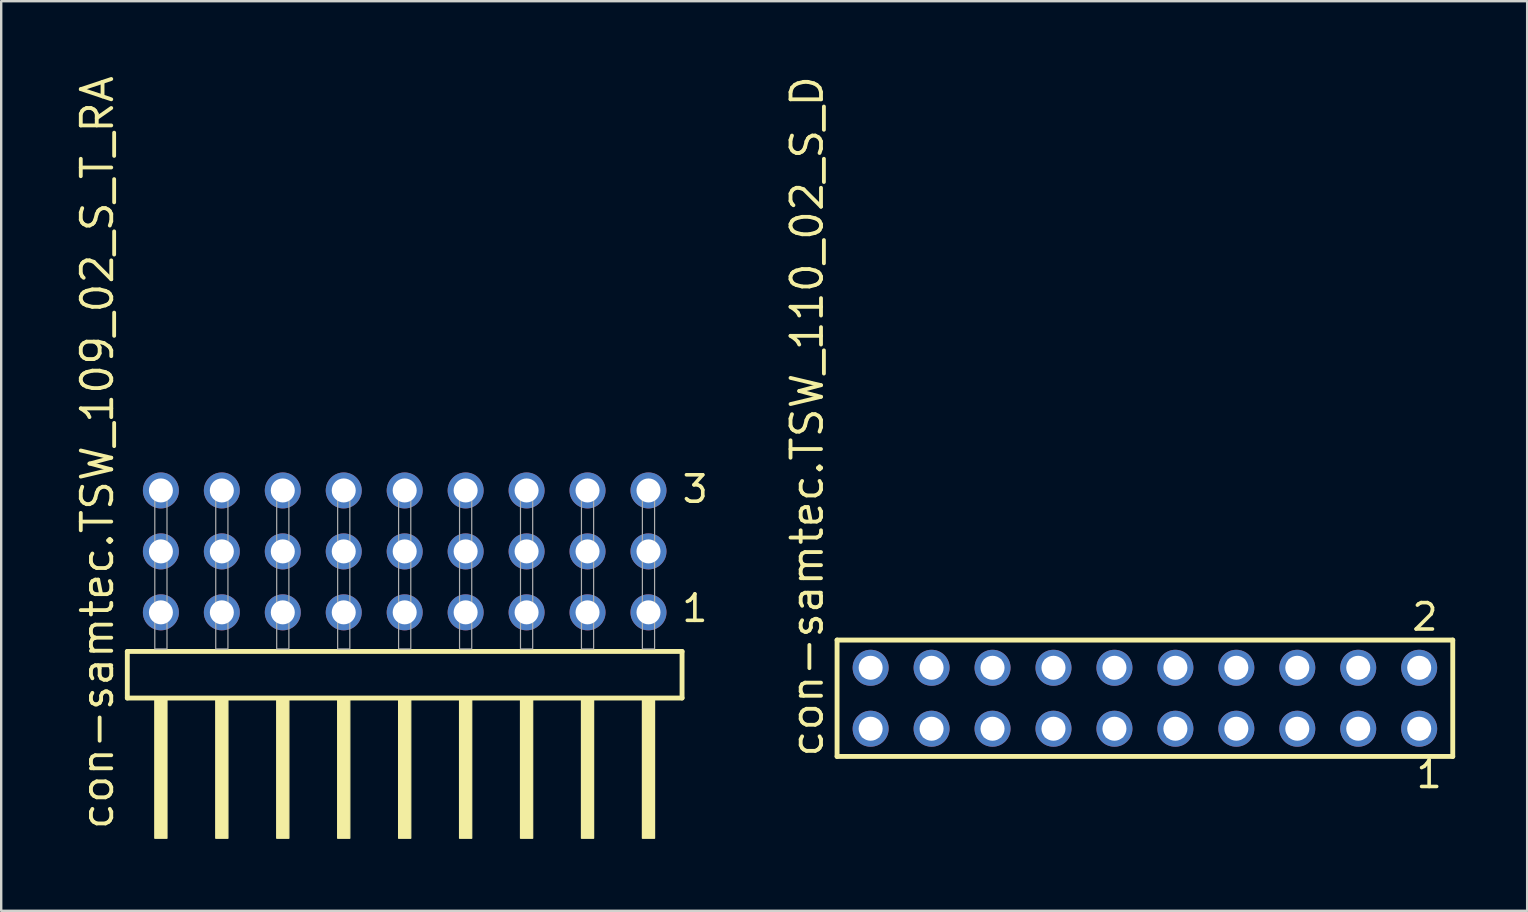
<source format=kicad_pcb>
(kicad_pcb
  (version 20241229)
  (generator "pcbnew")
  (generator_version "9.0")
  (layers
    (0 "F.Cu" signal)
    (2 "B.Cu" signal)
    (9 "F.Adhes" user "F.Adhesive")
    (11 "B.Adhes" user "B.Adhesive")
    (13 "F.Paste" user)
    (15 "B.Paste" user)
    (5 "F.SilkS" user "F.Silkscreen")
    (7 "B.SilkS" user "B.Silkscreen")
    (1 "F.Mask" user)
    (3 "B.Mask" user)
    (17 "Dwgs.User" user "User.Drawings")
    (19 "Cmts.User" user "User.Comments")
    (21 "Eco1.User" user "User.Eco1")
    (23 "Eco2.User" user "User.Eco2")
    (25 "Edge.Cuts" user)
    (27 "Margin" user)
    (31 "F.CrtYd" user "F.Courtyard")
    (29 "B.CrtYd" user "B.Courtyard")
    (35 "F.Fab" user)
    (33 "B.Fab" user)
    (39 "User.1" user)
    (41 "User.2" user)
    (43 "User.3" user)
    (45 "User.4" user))
  (footprint "con-samtec.TSW_110_02_S_D"
    (layer "F.Cu")
    (at 44.663 26.049)
    (property "Reference" "con-samtec.TSW_110_02_S_D" (at -13.335 2.54 90) (layer "F.SilkS") (effects (font (size 1.27 1.27) (thickness 0.16)) (justify left bottom)))
    (attr through_hole)
    (fp_line (start -12.829 -2.425) (end 12.829 -2.425) (stroke (width 0.203) (type default)) (layer "F.SilkS"))
    (fp_line (start -12.829 2.425) (end -12.829 -2.425) (stroke (width 0.203) (type default)) (layer "F.SilkS"))
    (fp_line (start 12.829 -2.425) (end 12.829 2.425) (stroke (width 0.203) (type default)) (layer "F.SilkS"))
    (fp_line (start 12.829 2.425) (end -12.829 2.425) (stroke (width 0.203) (type default)) (layer "F.SilkS"))
    (fp_rect (start -11.78 -0.92) (end -11.08 -1.62) (stroke (width 0.05) (type default)) (fill no) (layer "F.Fab"))
    (fp_rect (start -11.78 1.62) (end -11.08 0.92) (stroke (width 0.05) (type default)) (fill no) (layer "F.Fab"))
    (fp_rect (start -9.24 -0.92) (end -8.54 -1.62) (stroke (width 0.05) (type default)) (fill no) (layer "F.Fab"))
    (fp_rect (start -9.24 1.62) (end -8.54 0.92) (stroke (width 0.05) (type default)) (fill no) (layer "F.Fab"))
    (fp_rect (start -6.7 -0.92) (end -6 -1.62) (stroke (width 0.05) (type default)) (fill no) (layer "F.Fab"))
    (fp_rect (start -6.7 1.62) (end -6 0.92) (stroke (width 0.05) (type default)) (fill no) (layer "F.Fab"))
    (fp_rect (start -4.16 -0.92) (end -3.46 -1.62) (stroke (width 0.05) (type default)) (fill no) (layer "F.Fab"))
    (fp_rect (start -4.16 1.62) (end -3.46 0.92) (stroke (width 0.05) (type default)) (fill no) (layer "F.Fab"))
    (fp_rect (start -1.62 -0.92) (end -0.92 -1.62) (stroke (width 0.05) (type default)) (fill no) (layer "F.Fab"))
    (fp_rect (start -1.62 1.62) (end -0.92 0.92) (stroke (width 0.05) (type default)) (fill no) (layer "F.Fab"))
    (fp_rect (start 0.92 -0.92) (end 1.62 -1.62) (stroke (width 0.05) (type default)) (fill no) (layer "F.Fab"))
    (fp_rect (start 0.92 1.62) (end 1.62 0.92) (stroke (width 0.05) (type default)) (fill no) (layer "F.Fab"))
    (fp_rect (start 3.46 -0.92) (end 4.16 -1.62) (stroke (width 0.05) (type default)) (fill no) (layer "F.Fab"))
    (fp_rect (start 3.46 1.62) (end 4.16 0.92) (stroke (width 0.05) (type default)) (fill no) (layer "F.Fab"))
    (fp_rect (start 6 -0.92) (end 6.7 -1.62) (stroke (width 0.05) (type default)) (fill no) (layer "F.Fab"))
    (fp_rect (start 6 1.62) (end 6.7 0.92) (stroke (width 0.05) (type default)) (fill no) (layer "F.Fab"))
    (fp_rect (start 8.54 -0.92) (end 9.24 -1.62) (stroke (width 0.05) (type default)) (fill no) (layer "F.Fab"))
    (fp_rect (start 8.54 1.62) (end 9.24 0.92) (stroke (width 0.05) (type default)) (fill no) (layer "F.Fab"))
    (fp_rect (start 11.08 -0.92) (end 11.78 -1.62) (stroke (width 0.05) (type default)) (fill no) (layer "F.Fab"))
    (fp_rect (start 11.08 1.62) (end 11.78 0.92) (stroke (width 0.05) (type default)) (fill no) (layer "F.Fab"))
    (fp_text user "2" (at 11.047 -2.744 0) (layer "F.SilkS") (effects (font (size 1.1 1.1) (thickness 0.15)) (justify left bottom)))
    (fp_text user "1" (at 11.222 3.818 0) (layer "F.SilkS") (effects (font (size 1.1 1.1) (thickness 0.15)) (justify left bottom)))
    (pad "1" thru_hole circle (at 11.43 1.27 180) (size 1.5 1.5) (drill 1) (layers "*.Cu" "*.Mask"))
    (pad "2" thru_hole circle (at 11.43 -1.27 180) (size 1.5 1.5) (drill 1) (layers "*.Cu" "*.Mask"))
    (pad "3" thru_hole circle (at 8.89 1.27 180) (size 1.5 1.5) (drill 1) (layers "*.Cu" "*.Mask"))
    (pad "4" thru_hole circle (at 8.89 -1.27 180) (size 1.5 1.5) (drill 1) (layers "*.Cu" "*.Mask"))
    (pad "5" thru_hole circle (at 6.35 1.27 180) (size 1.5 1.5) (drill 1) (layers "*.Cu" "*.Mask"))
    (pad "6" thru_hole circle (at 6.35 -1.27 180) (size 1.5 1.5) (drill 1) (layers "*.Cu" "*.Mask"))
    (pad "7" thru_hole circle (at 3.81 1.27 180) (size 1.5 1.5) (drill 1) (layers "*.Cu" "*.Mask"))
    (pad "8" thru_hole circle (at 3.81 -1.27 180) (size 1.5 1.5) (drill 1) (layers "*.Cu" "*.Mask"))
    (pad "9" thru_hole circle (at 1.27 1.27 180) (size 1.5 1.5) (drill 1) (layers "*.Cu" "*.Mask"))
    (pad "10" thru_hole circle (at 1.27 -1.27 180) (size 1.5 1.5) (drill 1) (layers "*.Cu" "*.Mask"))
    (pad "11" thru_hole circle (at -1.27 1.27 180) (size 1.5 1.5) (drill 1) (layers "*.Cu" "*.Mask"))
    (pad "12" thru_hole circle (at -1.27 -1.27 180) (size 1.5 1.5) (drill 1) (layers "*.Cu" "*.Mask"))
    (pad "13" thru_hole circle (at -3.81 1.27 180) (size 1.5 1.5) (drill 1) (layers "*.Cu" "*.Mask"))
    (pad "14" thru_hole circle (at -3.81 -1.27 180) (size 1.5 1.5) (drill 1) (layers "*.Cu" "*.Mask"))
    (pad "15" thru_hole circle (at -6.35 1.27 180) (size 1.5 1.5) (drill 1) (layers "*.Cu" "*.Mask"))
    (pad "16" thru_hole circle (at -6.35 -1.27 180) (size 1.5 1.5) (drill 1) (layers "*.Cu" "*.Mask"))
    (pad "17" thru_hole circle (at -8.89 1.27 180) (size 1.5 1.5) (drill 1) (layers "*.Cu" "*.Mask"))
    (pad "18" thru_hole circle (at -8.89 -1.27 180) (size 1.5 1.5) (drill 1) (layers "*.Cu" "*.Mask"))
    (pad "19" thru_hole circle (at -11.43 1.27 180) (size 1.5 1.5) (drill 1) (layers "*.Cu" "*.Mask"))
    (pad "20" thru_hole circle (at -11.43 -1.27 180) (size 1.5 1.5) (drill 1) (layers "*.Cu" "*.Mask")))
  (footprint "con-samtec.TSW_109_02_S_T_RA"
    (layer "F.Cu")
    (at 13.815 23.993)
    (property "Reference" "con-samtec.TSW_109_02_S_T_RA" (at -12.065 7.62 90) (layer "F.SilkS") (effects (font (size 1.27 1.27) (thickness 0.16)) (justify left bottom)))
    (attr through_hole)
    (fp_line (start -11.559 0.106) (end -11.559 2.046) (stroke (width 0.203) (type default)) (layer "F.SilkS"))
    (fp_line (start -11.559 2.046) (end 11.559 2.046) (stroke (width 0.203) (type default)) (layer "F.SilkS"))
    (fp_line (start 11.559 0.106) (end -11.559 0.106) (stroke (width 0.203) (type default)) (layer "F.SilkS"))
    (fp_line (start 11.559 2.046) (end 11.559 0.106) (stroke (width 0.203) (type default)) (layer "F.SilkS"))
    (fp_rect (start -10.414 7.89) (end -9.906 2.04) (stroke (width 0.05) (type default)) (fill yes) (layer "F.SilkS"))
    (fp_rect (start -7.874 7.89) (end -7.366 2.04) (stroke (width 0.05) (type default)) (fill yes) (layer "F.SilkS"))
    (fp_rect (start -5.334 7.89) (end -4.826 2.04) (stroke (width 0.05) (type default)) (fill yes) (layer "F.SilkS"))
    (fp_rect (start -2.794 7.89) (end -2.286 2.04) (stroke (width 0.05) (type default)) (fill yes) (layer "F.SilkS"))
    (fp_rect (start -0.254 7.89) (end 0.254 2.04) (stroke (width 0.05) (type default)) (fill yes) (layer "F.SilkS"))
    (fp_rect (start 2.286 7.89) (end 2.794 2.04) (stroke (width 0.05) (type default)) (fill yes) (layer "F.SilkS"))
    (fp_rect (start 4.826 7.89) (end 5.334 2.04) (stroke (width 0.05) (type default)) (fill yes) (layer "F.SilkS"))
    (fp_rect (start 7.366 7.89) (end 7.874 2.04) (stroke (width 0.05) (type default)) (fill yes) (layer "F.SilkS"))
    (fp_rect (start 9.906 7.89) (end 10.414 2.04) (stroke (width 0.05) (type default)) (fill yes) (layer "F.SilkS"))
    (fp_rect (start -10.414 0) (end -9.906 -6.858) (stroke (width 0.05) (type default)) (fill no) (layer "F.Fab"))
    (fp_rect (start -7.874 0) (end -7.366 -6.858) (stroke (width 0.05) (type default)) (fill no) (layer "F.Fab"))
    (fp_rect (start -5.334 0) (end -4.826 -6.858) (stroke (width 0.05) (type default)) (fill no) (layer "F.Fab"))
    (fp_rect (start -2.794 0) (end -2.286 -6.858) (stroke (width 0.05) (type default)) (fill no) (layer "F.Fab"))
    (fp_rect (start -0.254 0) (end 0.254 -6.858) (stroke (width 0.05) (type default)) (fill no) (layer "F.Fab"))
    (fp_rect (start 2.286 0) (end 2.794 -6.858) (stroke (width 0.05) (type default)) (fill no) (layer "F.Fab"))
    (fp_rect (start 4.826 0) (end 5.334 -6.858) (stroke (width 0.05) (type default)) (fill no) (layer "F.Fab"))
    (fp_rect (start 7.366 0) (end 7.874 -6.858) (stroke (width 0.05) (type default)) (fill no) (layer "F.Fab"))
    (fp_rect (start 9.906 0) (end 10.414 -6.858) (stroke (width 0.05) (type default)) (fill no) (layer "F.Fab"))
    (fp_text user "1" (at 11.47 -1.05 0) (layer "F.SilkS") (effects (font (size 1.1 1.1) (thickness 0.15)) (justify left bottom)))
    (fp_text user "3" (at 11.485 -6.015 0) (layer "F.SilkS") (effects (font (size 1.1 1.1) (thickness 0.15)) (justify left bottom)))
    (pad "1" thru_hole circle (at 10.16 -1.524 180) (size 1.5 1.5) (drill 1) (layers "*.Cu" "*.Mask"))
    (pad "2" thru_hole circle (at 10.16 -4.064 180) (size 1.5 1.5) (drill 1) (layers "*.Cu" "*.Mask"))
    (pad "3" thru_hole circle (at 10.16 -6.604 180) (size 1.5 1.5) (drill 1) (layers "*.Cu" "*.Mask"))
    (pad "4" thru_hole circle (at 7.62 -1.524 180) (size 1.5 1.5) (drill 1) (layers "*.Cu" "*.Mask"))
    (pad "5" thru_hole circle (at 7.62 -4.064 180) (size 1.5 1.5) (drill 1) (layers "*.Cu" "*.Mask"))
    (pad "6" thru_hole circle (at 7.62 -6.604 180) (size 1.5 1.5) (drill 1) (layers "*.Cu" "*.Mask"))
    (pad "7" thru_hole circle (at 5.08 -1.524 180) (size 1.5 1.5) (drill 1) (layers "*.Cu" "*.Mask"))
    (pad "8" thru_hole circle (at 5.08 -4.064 180) (size 1.5 1.5) (drill 1) (layers "*.Cu" "*.Mask"))
    (pad "9" thru_hole circle (at 5.08 -6.604 180) (size 1.5 1.5) (drill 1) (layers "*.Cu" "*.Mask"))
    (pad "10" thru_hole circle (at 2.54 -1.524 180) (size 1.5 1.5) (drill 1) (layers "*.Cu" "*.Mask"))
    (pad "11" thru_hole circle (at 2.54 -4.064 180) (size 1.5 1.5) (drill 1) (layers "*.Cu" "*.Mask"))
    (pad "12" thru_hole circle (at 2.54 -6.604 180) (size 1.5 1.5) (drill 1) (layers "*.Cu" "*.Mask"))
    (pad "13" thru_hole circle (at 0 -1.524 180) (size 1.5 1.5) (drill 1) (layers "*.Cu" "*.Mask"))
    (pad "14" thru_hole circle (at 0 -4.064 180) (size 1.5 1.5) (drill 1) (layers "*.Cu" "*.Mask"))
    (pad "15" thru_hole circle (at 0 -6.604 180) (size 1.5 1.5) (drill 1) (layers "*.Cu" "*.Mask"))
    (pad "16" thru_hole circle (at -2.54 -1.524 180) (size 1.5 1.5) (drill 1) (layers "*.Cu" "*.Mask"))
    (pad "17" thru_hole circle (at -2.54 -4.064 180) (size 1.5 1.5) (drill 1) (layers "*.Cu" "*.Mask"))
    (pad "18" thru_hole circle (at -2.54 -6.604 180) (size 1.5 1.5) (drill 1) (layers "*.Cu" "*.Mask"))
    (pad "19" thru_hole circle (at -5.08 -1.524 180) (size 1.5 1.5) (drill 1) (layers "*.Cu" "*.Mask"))
    (pad "20" thru_hole circle (at -5.08 -4.064 180) (size 1.5 1.5) (drill 1) (layers "*.Cu" "*.Mask"))
    (pad "21" thru_hole circle (at -5.08 -6.604 180) (size 1.5 1.5) (drill 1) (layers "*.Cu" "*.Mask"))
    (pad "22" thru_hole circle (at -7.62 -1.524 180) (size 1.5 1.5) (drill 1) (layers "*.Cu" "*.Mask"))
    (pad "23" thru_hole circle (at -7.62 -4.064 180) (size 1.5 1.5) (drill 1) (layers "*.Cu" "*.Mask"))
    (pad "24" thru_hole circle (at -7.62 -6.604 180) (size 1.5 1.5) (drill 1) (layers "*.Cu" "*.Mask"))
    (pad "25" thru_hole circle (at -10.16 -1.524 180) (size 1.5 1.5) (drill 1) (layers "*.Cu" "*.Mask"))
    (pad "26" thru_hole circle (at -10.16 -4.064 180) (size 1.5 1.5) (drill 1) (layers "*.Cu" "*.Mask"))
    (pad "27" thru_hole circle (at -10.16 -6.604 180) (size 1.5 1.5) (drill 1) (layers "*.Cu" "*.Mask")))
  (gr_rect
    (start -3 -3)
    (end 60.593 34.908)
    (stroke (width 0.1) (type default))
    (fill no)
    (layer "Edge.Cuts")))
</source>
